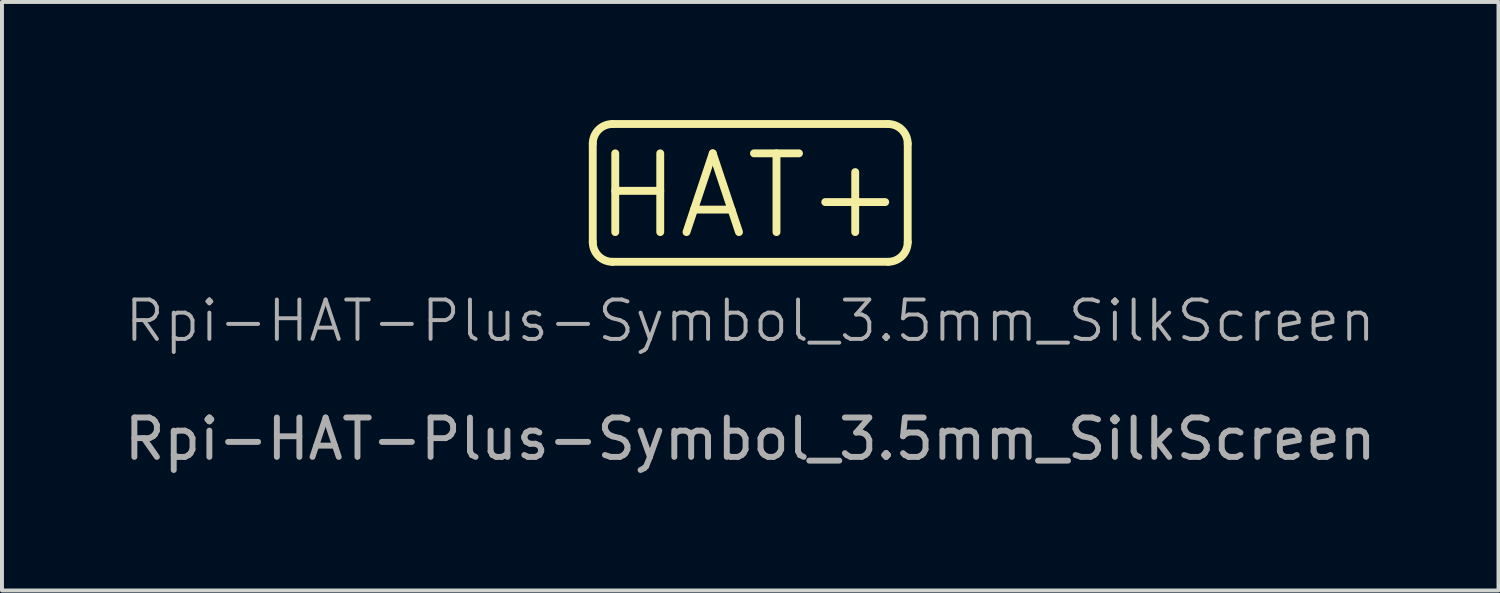
<source format=kicad_pcb>
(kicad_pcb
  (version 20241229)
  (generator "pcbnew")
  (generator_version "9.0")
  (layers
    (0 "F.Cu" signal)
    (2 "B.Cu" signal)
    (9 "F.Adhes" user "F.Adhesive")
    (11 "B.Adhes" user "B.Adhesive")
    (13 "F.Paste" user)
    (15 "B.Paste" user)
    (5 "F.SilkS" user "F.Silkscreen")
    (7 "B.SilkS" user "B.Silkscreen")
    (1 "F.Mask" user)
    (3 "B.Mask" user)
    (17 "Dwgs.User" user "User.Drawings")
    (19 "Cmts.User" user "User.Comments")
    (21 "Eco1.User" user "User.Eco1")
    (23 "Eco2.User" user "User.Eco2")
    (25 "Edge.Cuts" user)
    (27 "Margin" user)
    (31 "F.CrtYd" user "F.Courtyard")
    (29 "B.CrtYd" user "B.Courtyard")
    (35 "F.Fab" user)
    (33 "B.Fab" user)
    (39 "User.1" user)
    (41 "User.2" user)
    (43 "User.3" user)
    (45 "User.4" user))
  (footprint "Rpi-HAT-Plus-Symbol_3.5mm_SilkScreen"
    (layer "F.Cu")
    (at 16.006 5.6)
    (property "Reference" "Rpi-HAT-Plus-Symbol_3.5mm_SilkScreen" (at 0 -0.5 0) (unlocked yes) (layer "F.Fab") (effects (font (size 1 1) (thickness 0.1))))
    (attr board_only exclude_from_pos_files exclude_from_bom)
    (fp_line (start -4 -2.5) (end -4 -5) (stroke (width 0.2) (type default)) (layer "F.SilkS"))
    (fp_line (start -3.5 -5.5) (end 3.5 -5.5) (stroke (width 0.2) (type default)) (layer "F.SilkS"))
    (fp_line (start 3.5 -2) (end -3.5 -2) (stroke (width 0.2) (type default)) (layer "F.SilkS"))
    (fp_line (start 4 -5) (end 4 -2.5) (stroke (width 0.2) (type default)) (layer "F.SilkS"))
    (fp_arc (start -4 -5) (mid -3.853553 -5.353553) (end -3.5 -5.5) (stroke (width 0.2) (type default)) (layer "F.SilkS"))
    (fp_arc (start -3.5 -2) (mid -3.853553 -2.146447) (end -4 -2.5) (stroke (width 0.2) (type default)) (layer "F.SilkS"))
    (fp_arc (start 3.5 -5.5) (mid 3.853553 -5.353553) (end 4 -5) (stroke (width 0.2) (type default)) (layer "F.SilkS"))
    (fp_arc (start 4 -2.5) (mid 3.853553 -2.146447) (end 3.5 -2) (stroke (width 0.2) (type default)) (layer "F.SilkS"))
    (fp_text user "HAT+" (at 0 -2.5 0) (unlocked yes) (layer "F.SilkS") (effects (font (size 2 2) (thickness 0.2)) (justify bottom)))
    (fp_text user "${REFERENCE}" (at 0 2.5 0) (unlocked yes) (layer "F.Fab") (effects (font (size 1 1) (thickness 0.15)))))
  (gr_rect
    (start -3 -3)
    (end 35.012 11.948)
    (stroke (width 0.1) (type default))
    (fill no)
    (layer "Edge.Cuts")))
</source>
